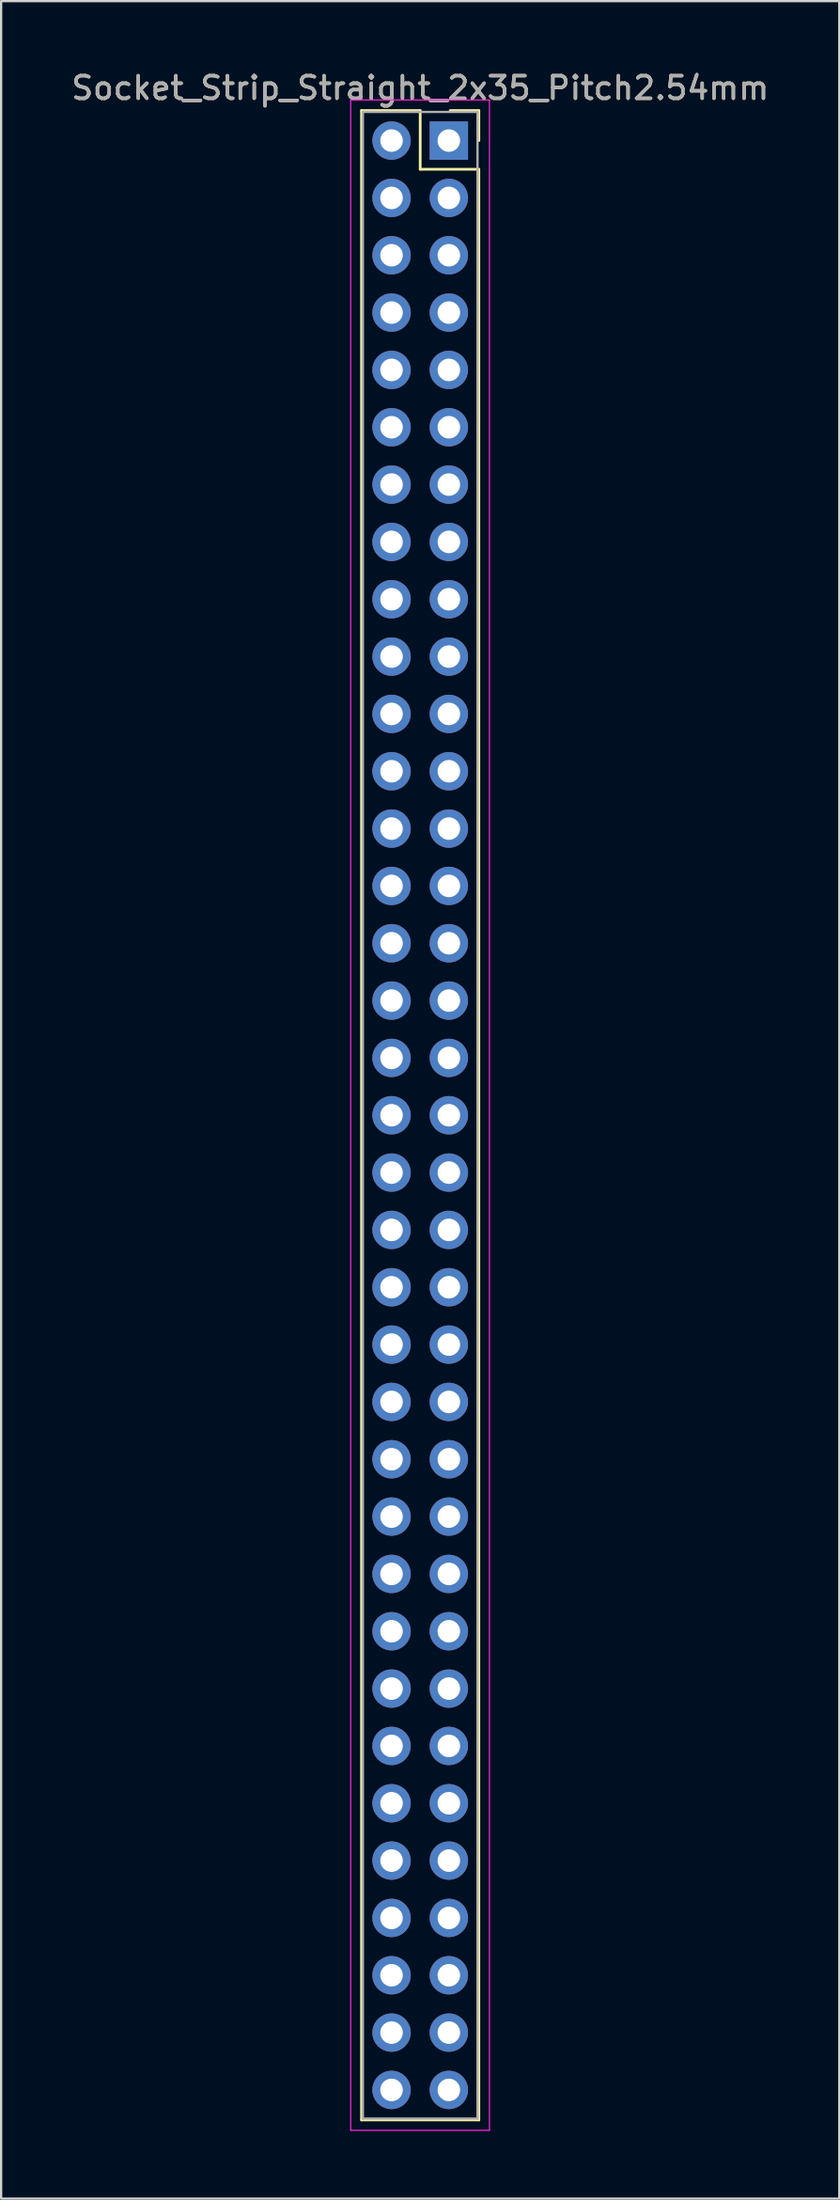
<source format=kicad_pcb>
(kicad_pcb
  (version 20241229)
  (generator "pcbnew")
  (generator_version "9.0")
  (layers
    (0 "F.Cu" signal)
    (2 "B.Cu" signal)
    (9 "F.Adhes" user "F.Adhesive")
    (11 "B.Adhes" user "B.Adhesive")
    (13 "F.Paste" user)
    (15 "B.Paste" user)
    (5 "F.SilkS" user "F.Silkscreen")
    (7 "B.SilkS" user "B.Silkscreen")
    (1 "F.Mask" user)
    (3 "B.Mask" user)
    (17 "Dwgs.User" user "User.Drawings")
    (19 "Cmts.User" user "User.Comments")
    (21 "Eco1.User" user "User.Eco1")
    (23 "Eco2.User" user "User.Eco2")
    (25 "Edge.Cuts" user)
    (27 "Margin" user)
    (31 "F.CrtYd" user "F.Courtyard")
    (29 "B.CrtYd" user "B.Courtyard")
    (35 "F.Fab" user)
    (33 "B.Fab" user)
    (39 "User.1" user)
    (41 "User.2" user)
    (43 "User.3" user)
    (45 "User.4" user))
  (footprint "Socket_Strip_Straight_2x35_Pitch2.54mm"
    (layer "F.Cu")
    (at 16.847 3.178)
    (property "Reference" "Socket_Strip_Straight_2x35_Pitch2.54mm" (at -1.27 -2.33 0) (layer "F.SilkS") (effects (font (size 1 1) (thickness 0.15))))
    (attr through_hole)
    (fp_line (start -3.87 -1.33) (end -1.27 -1.33) (stroke (width 0.12) (type solid)) (layer "F.SilkS"))
    (fp_line (start -3.87 87.69) (end -3.87 -1.33) (stroke (width 0.12) (type solid)) (layer "F.SilkS"))
    (fp_line (start -1.27 -1.33) (end -1.27 1.27) (stroke (width 0.12) (type solid)) (layer "F.SilkS"))
    (fp_line (start -1.27 1.27) (end 1.33 1.27) (stroke (width 0.12) (type solid)) (layer "F.SilkS"))
    (fp_line (start 1.33 -1.33) (end 0.06 -1.33) (stroke (width 0.12) (type solid)) (layer "F.SilkS"))
    (fp_line (start 1.33 0) (end 1.33 -1.33) (stroke (width 0.12) (type solid)) (layer "F.SilkS"))
    (fp_line (start 1.33 1.27) (end 1.33 87.69) (stroke (width 0.12) (type solid)) (layer "F.SilkS"))
    (fp_line (start 1.33 87.69) (end -3.87 87.69) (stroke (width 0.12) (type solid)) (layer "F.SilkS"))
    (fp_line (start -4.35 -1.8) (end -4.35 88.15) (stroke (width 0.05) (type solid)) (layer "F.CrtYd"))
    (fp_line (start -4.35 88.15) (end 1.8 88.15) (stroke (width 0.05) (type solid)) (layer "F.CrtYd"))
    (fp_line (start 1.8 -1.8) (end -4.35 -1.8) (stroke (width 0.05) (type solid)) (layer "F.CrtYd"))
    (fp_line (start 1.8 88.15) (end 1.8 -1.8) (stroke (width 0.05) (type solid)) (layer "F.CrtYd"))
    (fp_line (start -3.81 -1.27) (end -3.81 87.63) (stroke (width 0.1) (type solid)) (layer "F.Fab"))
    (fp_line (start -3.81 87.63) (end 1.27 87.63) (stroke (width 0.1) (type solid)) (layer "F.Fab"))
    (fp_line (start 1.27 -1.27) (end -3.81 -1.27) (stroke (width 0.1) (type solid)) (layer "F.Fab"))
    (fp_line (start 1.27 87.63) (end 1.27 -1.27) (stroke (width 0.1) (type solid)) (layer "F.Fab"))
    (fp_text user "${REFERENCE}" (at -1.27 -2.33 0) (layer "F.Fab") (effects (font (size 1 1) (thickness 0.15))))
    (pad "1" thru_hole rect (at 0 0) (size 1.7 1.7) (drill 1) (layers "*.Cu" "*.Mask"))
    (pad "2" thru_hole oval (at -2.54 0) (size 1.7 1.7) (drill 1) (layers "*.Cu" "*.Mask"))
    (pad "3" thru_hole oval (at 0 2.54) (size 1.7 1.7) (drill 1) (layers "*.Cu" "*.Mask"))
    (pad "4" thru_hole oval (at -2.54 2.54) (size 1.7 1.7) (drill 1) (layers "*.Cu" "*.Mask"))
    (pad "5" thru_hole oval (at 0 5.08) (size 1.7 1.7) (drill 1) (layers "*.Cu" "*.Mask"))
    (pad "6" thru_hole oval (at -2.54 5.08) (size 1.7 1.7) (drill 1) (layers "*.Cu" "*.Mask"))
    (pad "7" thru_hole oval (at 0 7.62) (size 1.7 1.7) (drill 1) (layers "*.Cu" "*.Mask"))
    (pad "8" thru_hole oval (at -2.54 7.62) (size 1.7 1.7) (drill 1) (layers "*.Cu" "*.Mask"))
    (pad "9" thru_hole oval (at 0 10.16) (size 1.7 1.7) (drill 1) (layers "*.Cu" "*.Mask"))
    (pad "10" thru_hole oval (at -2.54 10.16) (size 1.7 1.7) (drill 1) (layers "*.Cu" "*.Mask"))
    (pad "11" thru_hole oval (at 0 12.7) (size 1.7 1.7) (drill 1) (layers "*.Cu" "*.Mask"))
    (pad "12" thru_hole oval (at -2.54 12.7) (size 1.7 1.7) (drill 1) (layers "*.Cu" "*.Mask"))
    (pad "13" thru_hole oval (at 0 15.24) (size 1.7 1.7) (drill 1) (layers "*.Cu" "*.Mask"))
    (pad "14" thru_hole oval (at -2.54 15.24) (size 1.7 1.7) (drill 1) (layers "*.Cu" "*.Mask"))
    (pad "15" thru_hole oval (at 0 17.78) (size 1.7 1.7) (drill 1) (layers "*.Cu" "*.Mask"))
    (pad "16" thru_hole oval (at -2.54 17.78) (size 1.7 1.7) (drill 1) (layers "*.Cu" "*.Mask"))
    (pad "17" thru_hole oval (at 0 20.32) (size 1.7 1.7) (drill 1) (layers "*.Cu" "*.Mask"))
    (pad "18" thru_hole oval (at -2.54 20.32) (size 1.7 1.7) (drill 1) (layers "*.Cu" "*.Mask"))
    (pad "19" thru_hole oval (at 0 22.86) (size 1.7 1.7) (drill 1) (layers "*.Cu" "*.Mask"))
    (pad "20" thru_hole oval (at -2.54 22.86) (size 1.7 1.7) (drill 1) (layers "*.Cu" "*.Mask"))
    (pad "21" thru_hole oval (at 0 25.4) (size 1.7 1.7) (drill 1) (layers "*.Cu" "*.Mask"))
    (pad "22" thru_hole oval (at -2.54 25.4) (size 1.7 1.7) (drill 1) (layers "*.Cu" "*.Mask"))
    (pad "23" thru_hole oval (at 0 27.94) (size 1.7 1.7) (drill 1) (layers "*.Cu" "*.Mask"))
    (pad "24" thru_hole oval (at -2.54 27.94) (size 1.7 1.7) (drill 1) (layers "*.Cu" "*.Mask"))
    (pad "25" thru_hole oval (at 0 30.48) (size 1.7 1.7) (drill 1) (layers "*.Cu" "*.Mask"))
    (pad "26" thru_hole oval (at -2.54 30.48) (size 1.7 1.7) (drill 1) (layers "*.Cu" "*.Mask"))
    (pad "27" thru_hole oval (at 0 33.02) (size 1.7 1.7) (drill 1) (layers "*.Cu" "*.Mask"))
    (pad "28" thru_hole oval (at -2.54 33.02) (size 1.7 1.7) (drill 1) (layers "*.Cu" "*.Mask"))
    (pad "29" thru_hole oval (at 0 35.56) (size 1.7 1.7) (drill 1) (layers "*.Cu" "*.Mask"))
    (pad "30" thru_hole oval (at -2.54 35.56) (size 1.7 1.7) (drill 1) (layers "*.Cu" "*.Mask"))
    (pad "31" thru_hole oval (at 0 38.1) (size 1.7 1.7) (drill 1) (layers "*.Cu" "*.Mask"))
    (pad "32" thru_hole oval (at -2.54 38.1) (size 1.7 1.7) (drill 1) (layers "*.Cu" "*.Mask"))
    (pad "33" thru_hole oval (at 0 40.64) (size 1.7 1.7) (drill 1) (layers "*.Cu" "*.Mask"))
    (pad "34" thru_hole oval (at -2.54 40.64) (size 1.7 1.7) (drill 1) (layers "*.Cu" "*.Mask"))
    (pad "35" thru_hole oval (at 0 43.18) (size 1.7 1.7) (drill 1) (layers "*.Cu" "*.Mask"))
    (pad "36" thru_hole oval (at -2.54 43.18) (size 1.7 1.7) (drill 1) (layers "*.Cu" "*.Mask"))
    (pad "37" thru_hole oval (at 0 45.72) (size 1.7 1.7) (drill 1) (layers "*.Cu" "*.Mask"))
    (pad "38" thru_hole oval (at -2.54 45.72) (size 1.7 1.7) (drill 1) (layers "*.Cu" "*.Mask"))
    (pad "39" thru_hole oval (at 0 48.26) (size 1.7 1.7) (drill 1) (layers "*.Cu" "*.Mask"))
    (pad "40" thru_hole oval (at -2.54 48.26) (size 1.7 1.7) (drill 1) (layers "*.Cu" "*.Mask"))
    (pad "41" thru_hole oval (at 0 50.8) (size 1.7 1.7) (drill 1) (layers "*.Cu" "*.Mask"))
    (pad "42" thru_hole oval (at -2.54 50.8) (size 1.7 1.7) (drill 1) (layers "*.Cu" "*.Mask"))
    (pad "43" thru_hole oval (at 0 53.34) (size 1.7 1.7) (drill 1) (layers "*.Cu" "*.Mask"))
    (pad "44" thru_hole oval (at -2.54 53.34) (size 1.7 1.7) (drill 1) (layers "*.Cu" "*.Mask"))
    (pad "45" thru_hole oval (at 0 55.88) (size 1.7 1.7) (drill 1) (layers "*.Cu" "*.Mask"))
    (pad "46" thru_hole oval (at -2.54 55.88) (size 1.7 1.7) (drill 1) (layers "*.Cu" "*.Mask"))
    (pad "47" thru_hole oval (at 0 58.42) (size 1.7 1.7) (drill 1) (layers "*.Cu" "*.Mask"))
    (pad "48" thru_hole oval (at -2.54 58.42) (size 1.7 1.7) (drill 1) (layers "*.Cu" "*.Mask"))
    (pad "49" thru_hole oval (at 0 60.96) (size 1.7 1.7) (drill 1) (layers "*.Cu" "*.Mask"))
    (pad "50" thru_hole oval (at -2.54 60.96) (size 1.7 1.7) (drill 1) (layers "*.Cu" "*.Mask"))
    (pad "51" thru_hole oval (at 0 63.5) (size 1.7 1.7) (drill 1) (layers "*.Cu" "*.Mask"))
    (pad "52" thru_hole oval (at -2.54 63.5) (size 1.7 1.7) (drill 1) (layers "*.Cu" "*.Mask"))
    (pad "53" thru_hole oval (at 0 66.04) (size 1.7 1.7) (drill 1) (layers "*.Cu" "*.Mask"))
    (pad "54" thru_hole oval (at -2.54 66.04) (size 1.7 1.7) (drill 1) (layers "*.Cu" "*.Mask"))
    (pad "55" thru_hole oval (at 0 68.58) (size 1.7 1.7) (drill 1) (layers "*.Cu" "*.Mask"))
    (pad "56" thru_hole oval (at -2.54 68.58) (size 1.7 1.7) (drill 1) (layers "*.Cu" "*.Mask"))
    (pad "57" thru_hole oval (at 0 71.12) (size 1.7 1.7) (drill 1) (layers "*.Cu" "*.Mask"))
    (pad "58" thru_hole oval (at -2.54 71.12) (size 1.7 1.7) (drill 1) (layers "*.Cu" "*.Mask"))
    (pad "59" thru_hole oval (at 0 73.66) (size 1.7 1.7) (drill 1) (layers "*.Cu" "*.Mask"))
    (pad "60" thru_hole oval (at -2.54 73.66) (size 1.7 1.7) (drill 1) (layers "*.Cu" "*.Mask"))
    (pad "61" thru_hole oval (at 0 76.2) (size 1.7 1.7) (drill 1) (layers "*.Cu" "*.Mask"))
    (pad "62" thru_hole oval (at -2.54 76.2) (size 1.7 1.7) (drill 1) (layers "*.Cu" "*.Mask"))
    (pad "63" thru_hole oval (at 0 78.74) (size 1.7 1.7) (drill 1) (layers "*.Cu" "*.Mask"))
    (pad "64" thru_hole oval (at -2.54 78.74) (size 1.7 1.7) (drill 1) (layers "*.Cu" "*.Mask"))
    (pad "65" thru_hole oval (at 0 81.28) (size 1.7 1.7) (drill 1) (layers "*.Cu" "*.Mask"))
    (pad "66" thru_hole oval (at -2.54 81.28) (size 1.7 1.7) (drill 1) (layers "*.Cu" "*.Mask"))
    (pad "67" thru_hole oval (at 0 83.82) (size 1.7 1.7) (drill 1) (layers "*.Cu" "*.Mask"))
    (pad "68" thru_hole oval (at -2.54 83.82) (size 1.7 1.7) (drill 1) (layers "*.Cu" "*.Mask"))
    (pad "69" thru_hole oval (at 0 86.36) (size 1.7 1.7) (drill 1) (layers "*.Cu" "*.Mask"))
    (pad "70" thru_hole oval (at -2.54 86.36) (size 1.7 1.7) (drill 1) (layers "*.Cu" "*.Mask")))
  (gr_rect
    (start -3 -3)
    (end 34.155 94.353)
    (stroke (width 0.1) (type default))
    (fill no)
    (layer "Edge.Cuts")))
</source>
